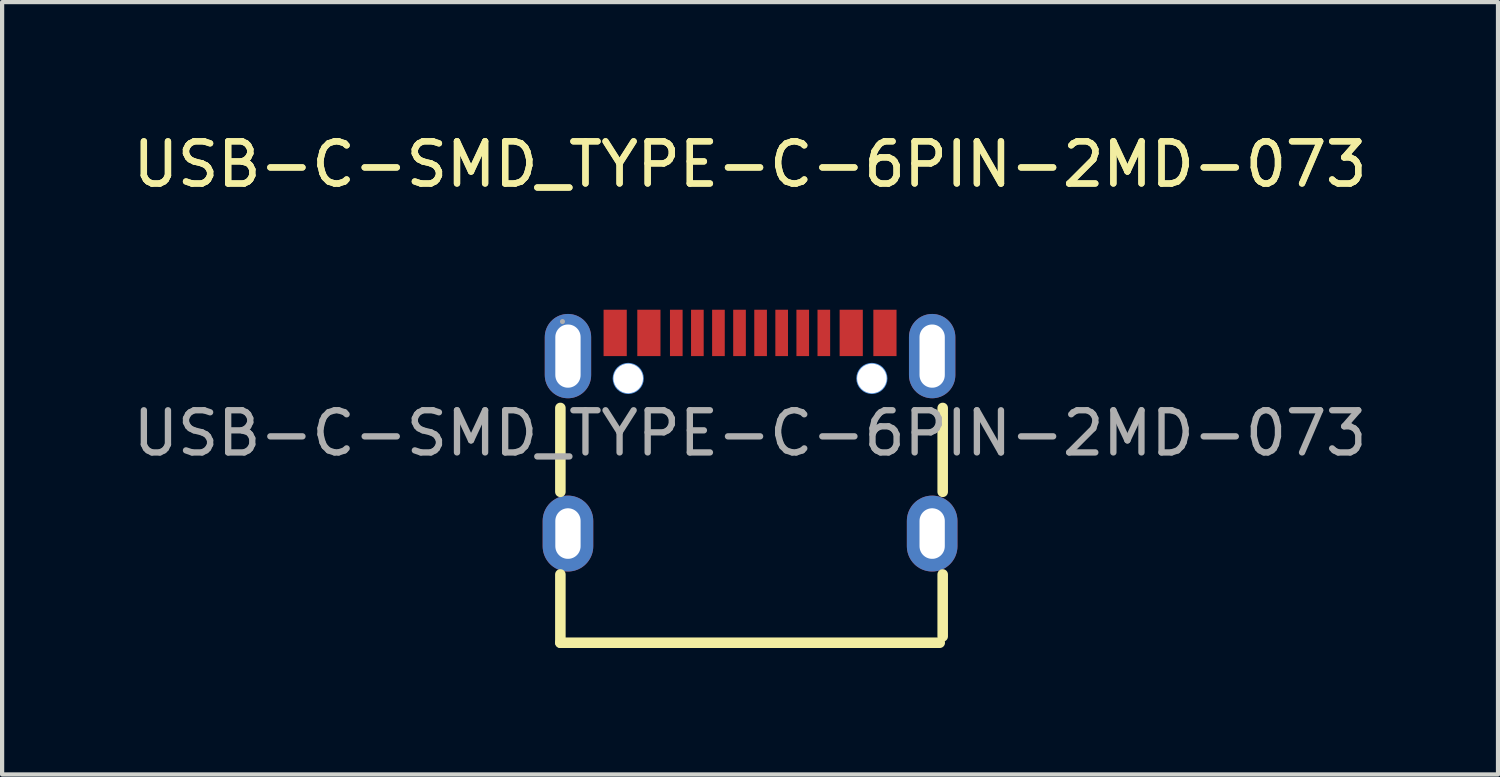
<source format=kicad_pcb>
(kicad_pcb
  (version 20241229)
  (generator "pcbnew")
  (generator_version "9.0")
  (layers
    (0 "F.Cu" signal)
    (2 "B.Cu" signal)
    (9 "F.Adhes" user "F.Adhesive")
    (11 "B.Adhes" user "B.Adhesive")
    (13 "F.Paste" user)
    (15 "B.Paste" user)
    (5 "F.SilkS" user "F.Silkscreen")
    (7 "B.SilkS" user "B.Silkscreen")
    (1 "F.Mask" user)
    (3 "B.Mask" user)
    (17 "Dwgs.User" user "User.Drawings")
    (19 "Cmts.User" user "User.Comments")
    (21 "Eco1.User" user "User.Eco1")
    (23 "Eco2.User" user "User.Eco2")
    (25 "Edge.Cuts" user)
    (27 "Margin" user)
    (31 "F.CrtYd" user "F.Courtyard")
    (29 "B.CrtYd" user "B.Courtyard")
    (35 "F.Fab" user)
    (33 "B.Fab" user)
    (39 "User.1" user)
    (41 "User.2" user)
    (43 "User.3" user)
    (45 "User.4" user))
  (footprint "USB-C-SMD_TYPE-C-6PIN-2MD-073"
    (layer "F.Cu")
    (at 14.744 7.228)
    (property "Reference" "USB-C-SMD_TYPE-C-6PIN-2MD-073" (at 0 -6.38 0) (layer "F.SilkS") (effects (font (size 1 1) (thickness 0.15))))
    (attr smd)
    (fp_line (start -4.5 1.39) (end -4.5 -0.6) (stroke (width 0.25) (type solid)) (layer "F.SilkS"))
    (fp_line (start -4.5 4.97) (end -4.5 3.35) (stroke (width 0.25) (type solid)) (layer "F.SilkS"))
    (fp_line (start 4.5 4.97) (end -4.5 4.97) (stroke (width 0.25) (type solid)) (layer "F.SilkS"))
    (fp_line (start 4.57 1.39) (end 4.57 -0.6) (stroke (width 0.25) (type solid)) (layer "F.SilkS"))
    (fp_line (start 4.57 4.82) (end 4.57 3.35) (stroke (width 0.25) (type solid)) (layer "F.SilkS"))
    (fp_circle (center -2.89 -1.3) (end -2.77 -1.3) (stroke (width 0.25) (type solid)) (fill no) (layer "Cmts.User"))
    (fp_circle (center 2.89 -1.3) (end 3.01 -1.3) (stroke (width 0.25) (type solid)) (fill no) (layer "Cmts.User"))
    (fp_circle (center -4.45 -2.65) (end -4.42 -2.65) (stroke (width 0.06) (type solid)) (fill no) (layer "F.Fab"))
    (fp_text user "${REFERENCE}" (at 0 -6.38 0) (layer "F.SilkS") (effects (font (size 1 1) (thickness 0.15))))
    (fp_text user "${REFERENCE}" (at 0 0 0) (layer "F.Fab") (effects (font (size 1 1) (thickness 0.15))))
    (pad "" thru_hole circle (at -2.89 -1.3) (size 0.7 0.7) (drill 0.7) (layers "*.Cu" "*.Mask"))
    (pad "" thru_hole circle (at 2.89 -1.3) (size 0.7 0.7) (drill 0.7) (layers "*.Cu" "*.Mask"))
    (pad "1" smd rect (at -3.2 -2.38) (size 0.55 1.1) (layers "F.Cu" "F.Mask" "F.Paste"))
    (pad "2" smd rect (at -2.4 -2.38) (size 0.55 1.1) (layers "F.Cu" "F.Mask" "F.Paste"))
    (pad "3" smd rect (at -1.75 -2.38) (size 0.3 1.1) (layers "F.Cu" "F.Mask" "F.Paste"))
    (pad "4" smd rect (at -1.25 -2.38) (size 0.3 1.1) (layers "F.Cu" "F.Mask" "F.Paste"))
    (pad "5" smd rect (at -0.75 -2.38) (size 0.3 1.1) (layers "F.Cu" "F.Mask" "F.Paste"))
    (pad "6" smd rect (at -0.25 -2.38) (size 0.3 1.1) (layers "F.Cu" "F.Mask" "F.Paste"))
    (pad "7" smd rect (at 0.25 -2.38) (size 0.3 1.1) (layers "F.Cu" "F.Mask" "F.Paste"))
    (pad "8" smd rect (at 0.75 -2.38) (size 0.3 1.1) (layers "F.Cu" "F.Mask" "F.Paste"))
    (pad "9" smd rect (at 1.25 -2.38) (size 0.3 1.1) (layers "F.Cu" "F.Mask" "F.Paste"))
    (pad "10" smd rect (at 1.75 -2.38) (size 0.3 1.1) (layers "F.Cu" "F.Mask" "F.Paste"))
    (pad "11" smd rect (at 2.4 -2.38) (size 0.55 1.1) (layers "F.Cu" "F.Mask" "F.Paste"))
    (pad "12" smd rect (at 3.2 -2.38) (size 0.55 1.1) (layers "F.Cu" "F.Mask" "F.Paste"))
    (pad "13" thru_hole oval (at -4.32 -1.83) (size 1.1 2) (drill oval 0.6 1.5) (layers "*.Cu" "*.Mask"))
    (pad "13" thru_hole oval (at -4.32 2.38) (size 1.2 1.8) (drill oval 0.6 1.2) (layers "*.Cu" "*.Mask"))
    (pad "14" thru_hole oval (at 4.32 -1.83) (size 1.1 2) (drill oval 0.6 1.5) (layers "*.Cu" "*.Mask"))
    (pad "14" thru_hole oval (at 4.32 2.38) (size 1.2 1.8) (drill oval 0.6 1.2) (layers "*.Cu" "*.Mask")))
  (gr_rect
    (start -3 -3)
    (end 32.488 15.323)
    (stroke (width 0.1) (type default))
    (fill no)
    (layer "Edge.Cuts")))
</source>
